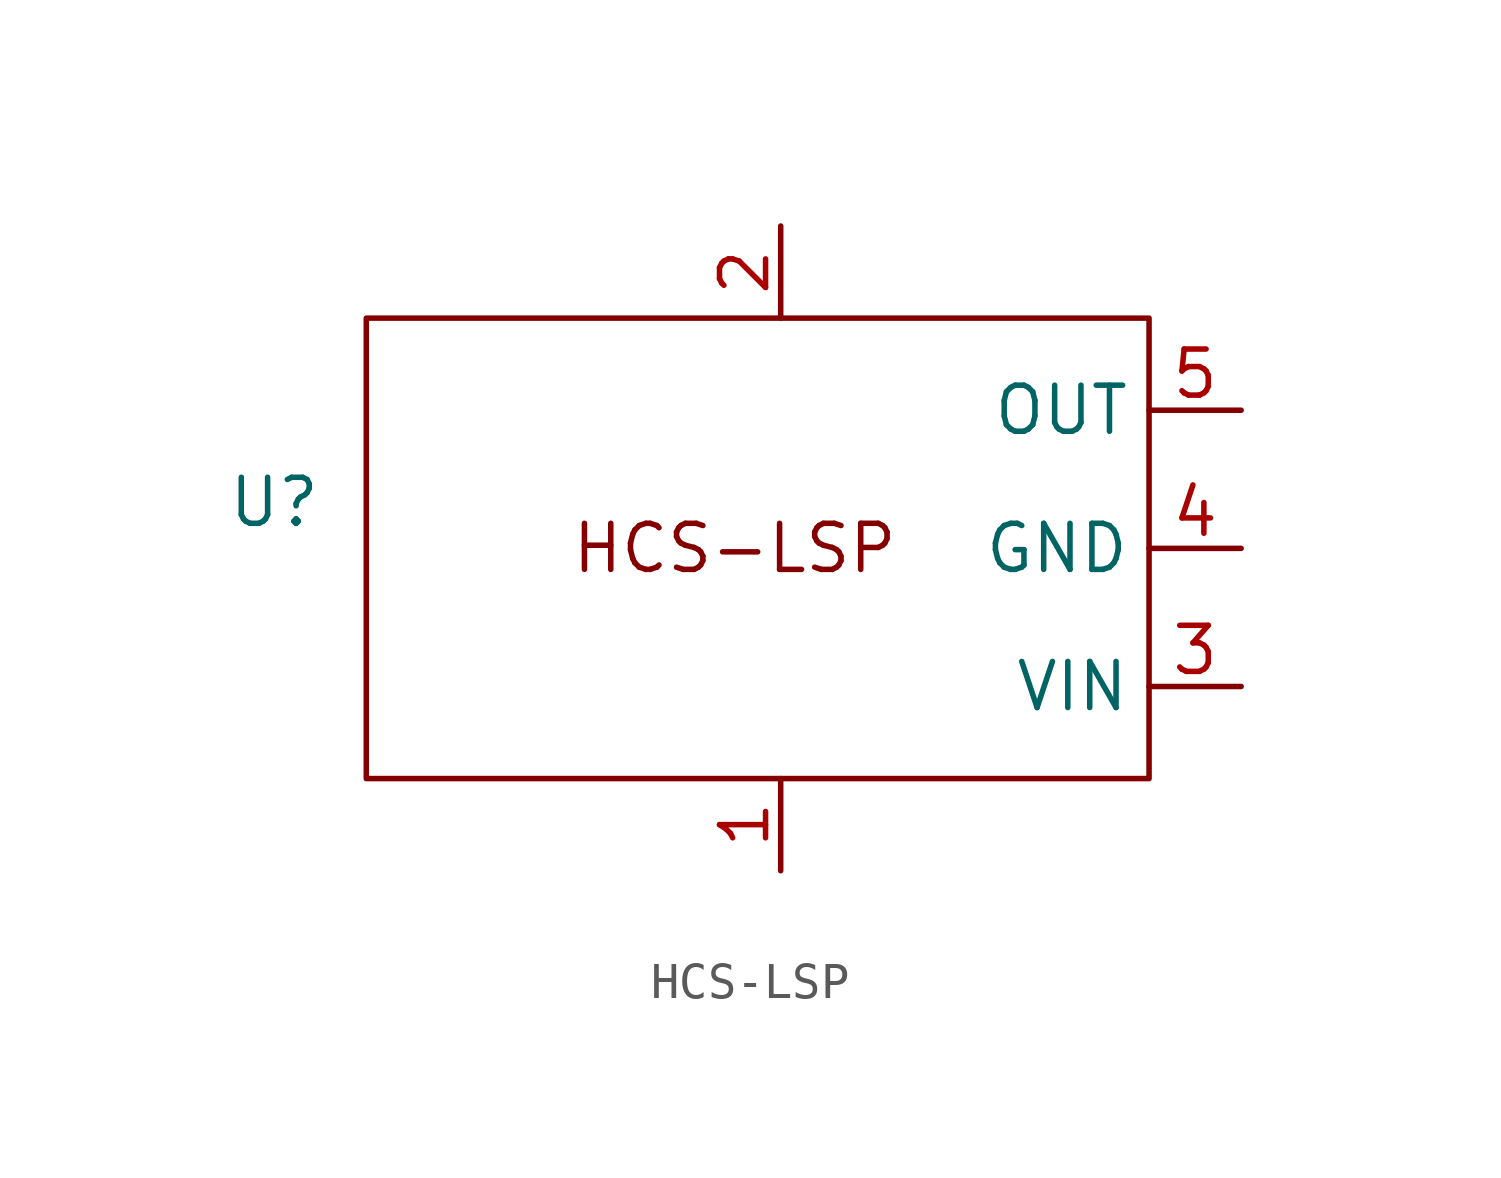
<source format=kicad_sym>
(kicad_symbol_lib
  (version 20220914)
  (generator kicad_symbol_editor)
  (symbol "HCS-LSP"
    (property "Reference" "U"
      (at -15.24 0 0)
      (effects (font (size 1.27 1.27))))
    (property "Value" ""
      (at 0 0 0)
      (effects (font (size 1.27 1.27))))
    (symbol "HCS-LSP_0_1"
      (rectangle (start -12.7 5.08) (end 8.89 -7.62) (stroke (width 0) (type default)) (fill (type none))))
    (symbol "HCS-LSP_1_1"
      (text "HCS-LSP" (at -2.54 -1.27 0) (effects (font (size 1.27 1.27))))
      (pin input line (at -1.27 -10.16 90) (length 2.54) (name "" (effects (font (size 1.27 1.27)))) (number "1" (effects (font (size 1.27 1.27)))))
      (pin input line (at -1.27 7.62 270) (length 2.54) (name "" (effects (font (size 1.27 1.27)))) (number "2" (effects (font (size 1.27 1.27)))))
      (pin input line (at 11.43 -5.08 180) (length 2.54) (name "VIN" (effects (font (size 1.27 1.27)))) (number "3" (effects (font (size 1.27 1.27)))))
      (pin input line (at 11.43 -1.27 180) (length 2.54) (name "GND" (effects (font (size 1.27 1.27)))) (number "4" (effects (font (size 1.27 1.27)))))
      (pin output line (at 11.43 2.54 180) (length 2.54) (name "OUT" (effects (font (size 1.27 1.27)))) (number "5" (effects (font (size 1.27 1.27))))))))
</source>
